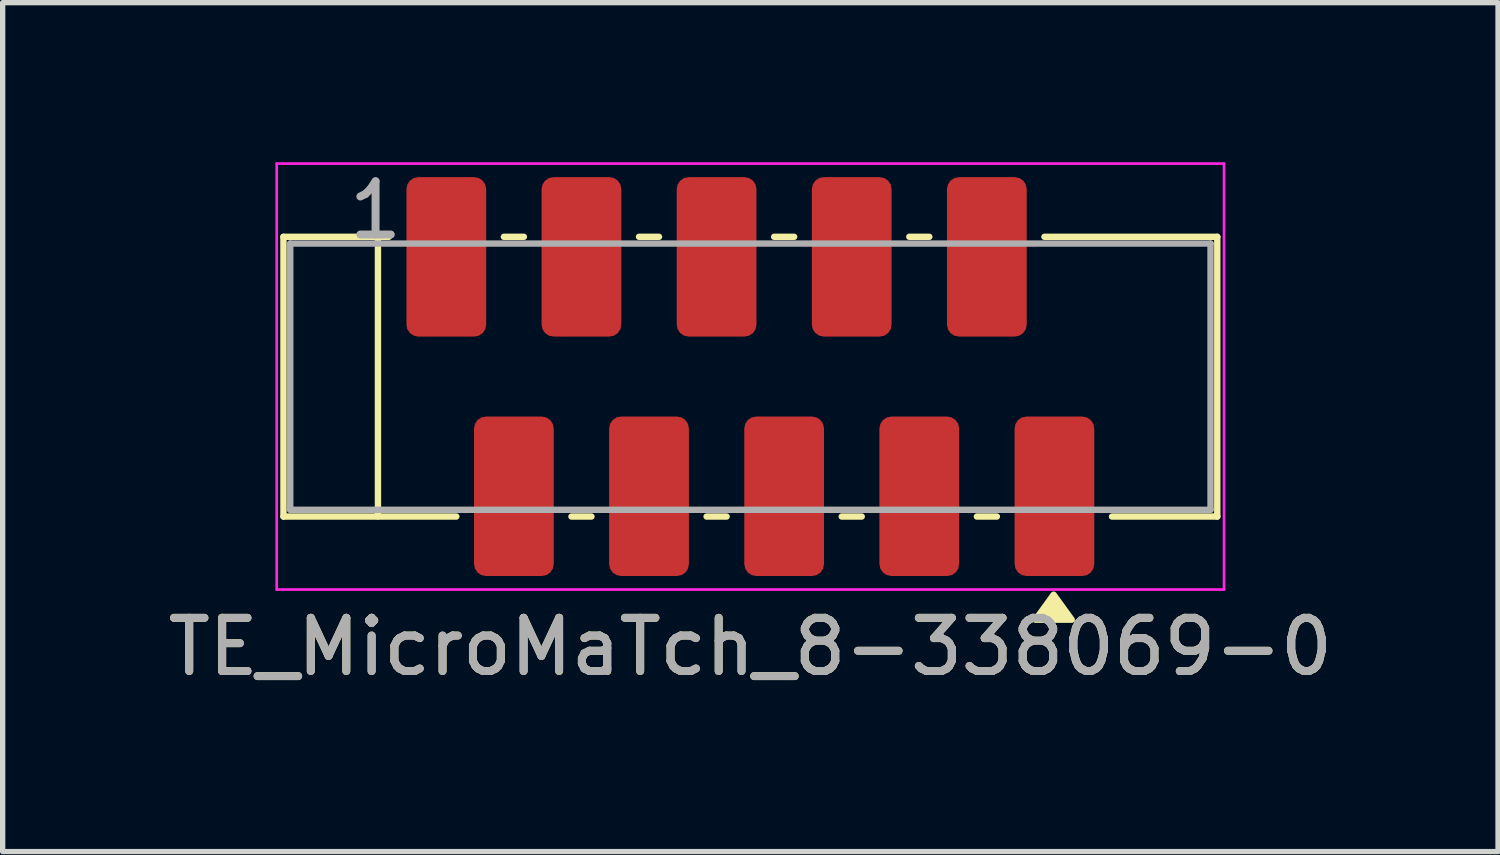
<source format=kicad_pcb>
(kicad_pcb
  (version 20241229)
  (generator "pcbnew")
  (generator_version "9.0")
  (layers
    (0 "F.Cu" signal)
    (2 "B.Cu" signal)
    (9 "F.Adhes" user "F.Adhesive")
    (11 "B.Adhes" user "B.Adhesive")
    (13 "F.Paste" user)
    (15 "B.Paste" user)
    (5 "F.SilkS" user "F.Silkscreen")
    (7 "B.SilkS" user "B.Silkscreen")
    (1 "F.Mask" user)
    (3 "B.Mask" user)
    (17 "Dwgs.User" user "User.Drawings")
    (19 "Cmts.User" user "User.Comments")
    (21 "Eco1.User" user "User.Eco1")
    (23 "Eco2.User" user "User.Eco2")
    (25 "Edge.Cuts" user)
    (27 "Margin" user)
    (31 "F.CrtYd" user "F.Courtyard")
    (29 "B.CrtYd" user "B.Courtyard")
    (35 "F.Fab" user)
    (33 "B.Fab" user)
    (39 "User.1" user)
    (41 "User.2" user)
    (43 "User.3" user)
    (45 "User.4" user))
  (footprint "TE_MicroMaTch_8-338069-0"
    (layer "F.Cu")
    (at 11.054 4.028)
    (property "Reference" "TE_MicroMaTch_8-338069-0" (at 0 5.08 0) (unlocked yes) (layer "F.SilkS") (effects (font (size 1 1) (thickness 0.15))))
    (attr smd)
    (fp_line (start -8.776 -2.627) (end -8.776 2.631) (stroke (width 0.12) (type solid)) (layer "F.SilkS"))
    (fp_line (start -8.776 2.631) (end -5.527 2.631) (stroke (width 0.12) (type solid)) (layer "F.SilkS"))
    (fp_line (start -7 -2.627) (end -7 2.627) (stroke (width 0.12) (type default)) (layer "F.SilkS"))
    (fp_line (start -6.797 -2.627) (end -8.776 -2.627) (stroke (width 0.12) (type solid)) (layer "F.SilkS"))
    (fp_line (start -4.257 -2.627) (end -4.633 -2.627) (stroke (width 0.12) (type solid)) (layer "F.SilkS"))
    (fp_line (start -3.363 2.631) (end -2.987 2.631) (stroke (width 0.12) (type solid)) (layer "F.SilkS"))
    (fp_line (start -1.717 -2.627) (end -2.093 -2.627) (stroke (width 0.12) (type solid)) (layer "F.SilkS"))
    (fp_line (start -0.823 2.631) (end -0.447 2.631) (stroke (width 0.12) (type solid)) (layer "F.SilkS"))
    (fp_line (start 0.823 -2.627) (end 0.447 -2.627) (stroke (width 0.12) (type solid)) (layer "F.SilkS"))
    (fp_line (start 1.717 2.631) (end 2.093 2.631) (stroke (width 0.12) (type solid)) (layer "F.SilkS"))
    (fp_line (start 3.363 -2.627) (end 2.987 -2.627) (stroke (width 0.12) (type solid)) (layer "F.SilkS"))
    (fp_line (start 4.257 2.631) (end 4.633 2.631) (stroke (width 0.12) (type solid)) (layer "F.SilkS"))
    (fp_line (start 6.797 2.631) (end 8.776 2.631) (stroke (width 0.12) (type solid)) (layer "F.SilkS"))
    (fp_line (start 8.776 -2.627) (end 5.527 -2.627) (stroke (width 0.12) (type solid)) (layer "F.SilkS"))
    (fp_line (start 8.776 2.631) (end 8.776 -2.627) (stroke (width 0.12) (type solid)) (layer "F.SilkS"))
    (fp_poly (pts (xy 5.7 4.1) (xy 6.04 4.57) (xy 5.36 4.57) (xy 5.7 4.1)) (stroke (width 0.12) (type solid)) (fill yes) (layer "F.SilkS"))
    (fp_line (start -8.903 -4.003) (end -8.903 4.003) (stroke (width 0.05) (type solid)) (layer "F.CrtYd"))
    (fp_line (start -8.903 4.003) (end 8.903 4.003) (stroke (width 0.05) (type solid)) (layer "F.CrtYd"))
    (fp_line (start 8.903 -4.003) (end -8.903 -4.003) (stroke (width 0.05) (type solid)) (layer "F.CrtYd"))
    (fp_line (start 8.903 4.003) (end 8.903 -4.003) (stroke (width 0.05) (type solid)) (layer "F.CrtYd"))
    (fp_line (start -8.649 -2.5) (end -8.649 2.504) (stroke (width 0.12) (type solid)) (layer "F.Fab"))
    (fp_line (start -8.649 2.504) (end 8.649 2.504) (stroke (width 0.12) (type solid)) (layer "F.Fab"))
    (fp_line (start 8.649 -2.5) (end -8.649 -2.5) (stroke (width 0.12) (type solid)) (layer "F.Fab"))
    (fp_line (start 8.649 2.504) (end 8.649 -2.5) (stroke (width 0.12) (type solid)) (layer "F.Fab"))
    (fp_text user "${REFERENCE}" (at 0 5.08 0) (unlocked yes) (layer "F.Fab") (effects (font (size 1 1) (thickness 0.15))))
    (fp_text user "1" (at -7.62 -2.54 0) (unlocked yes) (layer "F.Fab") (effects (font (size 1 1) (thickness 0.15)) (justify left bottom)))
    (pad "1" smd roundrect (at 5.715 2.25) (size 1.499 2.997) (layers "F.Cu" "F.Mask" "F.Paste") (roundrect_rratio 0.15))
    (pad "2" smd roundrect (at 4.445 -2.25) (size 1.499 2.997) (layers "F.Cu" "F.Mask" "F.Paste") (roundrect_rratio 0.15))
    (pad "3" smd roundrect (at 3.175 2.25) (size 1.499 2.997) (layers "F.Cu" "F.Mask" "F.Paste") (roundrect_rratio 0.15))
    (pad "4" smd roundrect (at 1.905 -2.25) (size 1.499 2.997) (layers "F.Cu" "F.Mask" "F.Paste") (roundrect_rratio 0.15))
    (pad "5" smd roundrect (at 0.635 2.25) (size 1.499 2.997) (layers "F.Cu" "F.Mask" "F.Paste") (roundrect_rratio 0.15))
    (pad "6" smd roundrect (at -0.635 -2.25) (size 1.499 2.997) (layers "F.Cu" "F.Mask" "F.Paste") (roundrect_rratio 0.15))
    (pad "7" smd roundrect (at -1.905 2.25) (size 1.499 2.997) (layers "F.Cu" "F.Mask" "F.Paste") (roundrect_rratio 0.15))
    (pad "8" smd roundrect (at -3.175 -2.25) (size 1.499 2.997) (layers "F.Cu" "F.Mask" "F.Paste") (roundrect_rratio 0.15))
    (pad "9" smd roundrect (at -4.445 2.25) (size 1.499 2.997) (layers "F.Cu" "F.Mask" "F.Paste") (roundrect_rratio 0.15))
    (pad "10" smd roundrect (at -5.715 -2.25) (size 1.499 2.997) (layers "F.Cu" "F.Mask" "F.Paste") (roundrect_rratio 0.15)))
  (gr_rect
    (start -3 -3)
    (end 25.107 12.956)
    (stroke (width 0.1) (type default))
    (fill no)
    (layer "Edge.Cuts")))
</source>
